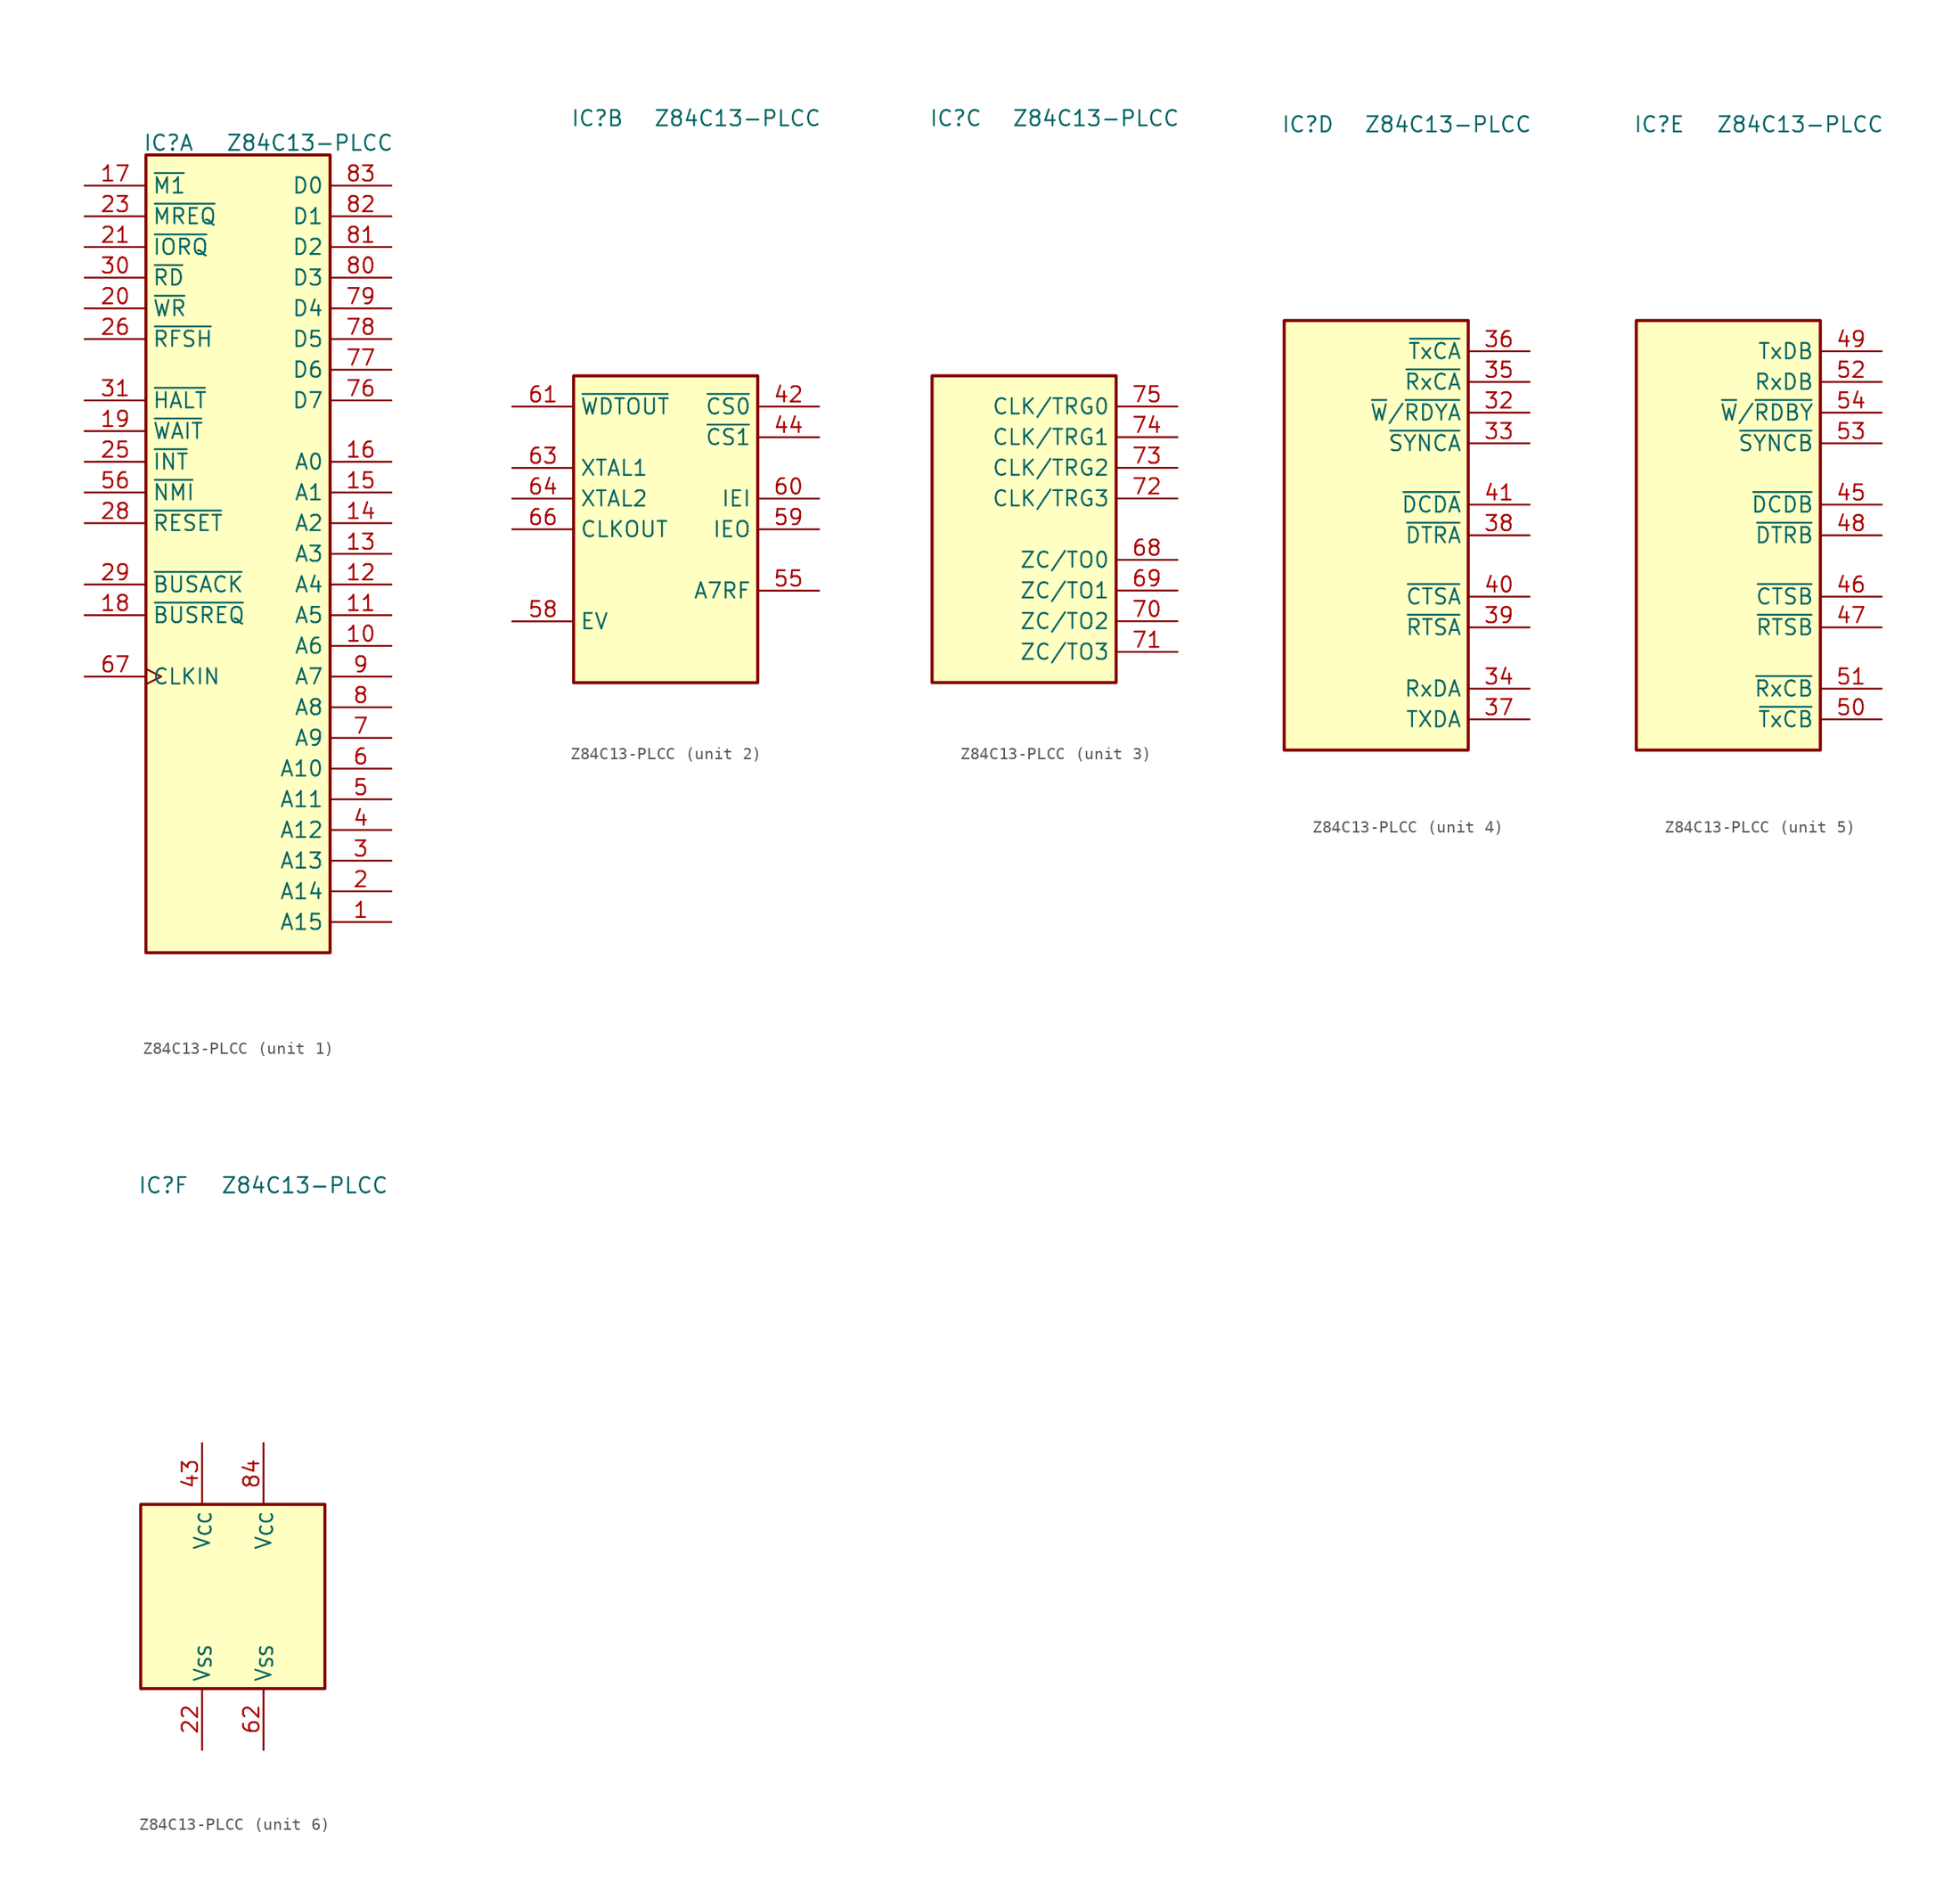
<source format=kicad_sym>
(kicad_symbol_lib
  (version 20220914)
  (generator kicad_symbol_editor)
  (symbol "Z84C13-PLCC"
    (pin_names
      (offset 0.5))
    (property "Reference" "IC"
      (at -7.874 33.274 0)
      (effects (font (size 1.27 1.27)) (justify left bottom)))
    (property "Value" "Z84C13-PLCC"
      (at -1.016 33.274 0)
      (effects (font (size 1.27 1.27)) (justify left bottom)))
    (property "ki_locked" ""
      (at 0 0 0)
      (effects (font (size 1.27 1.27))))
    (symbol "Z84C13-PLCC_1_0"
      (rectangle (start -7.62 33.02) (end 7.62 -33.02) (stroke (width 0.254) (type default)) (fill (type background)))
      (pin output line (at 12.7 -30.48 180) (length 5.08) (name "A15" (effects (font (size 1.27 1.27)))) (number "1" (effects (font (size 1.27 1.27)))))
      (pin output line (at 12.7 0 180) (length 5.08) (name "A3" (effects (font (size 1.27 1.27)))) (number "13" (effects (font (size 1.27 1.27)))))
      (pin output line (at 12.7 2.54 180) (length 5.08) (name "A2" (effects (font (size 1.27 1.27)))) (number "14" (effects (font (size 1.27 1.27)))))
      (pin output line (at 12.7 5.08 180) (length 5.08) (name "A1" (effects (font (size 1.27 1.27)))) (number "15" (effects (font (size 1.27 1.27)))))
      (pin output line (at -12.7 30.48 0) (length 5.08) (name "~{M1}" (effects (font (size 1.27 1.27)))) (number "17" (effects (font (size 1.27 1.27)))))
      (pin output line (at -12.7 10.16 0) (length 5.08) (name "~{WAIT}" (effects (font (size 1.27 1.27)))) (number "19" (effects (font (size 1.27 1.27)))))
      (pin output line (at 12.7 -27.94 180) (length 5.08) (name "A14" (effects (font (size 1.27 1.27)))) (number "2" (effects (font (size 1.27 1.27)))))
      (pin output line (at 12.7 -25.4 180) (length 5.08) (name "A13" (effects (font (size 1.27 1.27)))) (number "3" (effects (font (size 1.27 1.27)))))
      (pin output line (at 12.7 -22.86 180) (length 5.08) (name "A12" (effects (font (size 1.27 1.27)))) (number "4" (effects (font (size 1.27 1.27)))))
      (pin output line (at 12.7 -20.32 180) (length 5.08) (name "A11" (effects (font (size 1.27 1.27)))) (number "5" (effects (font (size 1.27 1.27)))))
      (pin output line (at 12.7 -17.78 180) (length 5.08) (name "A10" (effects (font (size 1.27 1.27)))) (number "6" (effects (font (size 1.27 1.27)))))
      (pin input clock (at -12.7 -10.16 0) (length 5.08) (name "CLKIN" (effects (font (size 1.27 1.27)))) (number "67" (effects (font (size 1.27 1.27)))))
      (pin bidirectional line (at 12.7 22.86 180) (length 5.08) (name "D3" (effects (font (size 1.27 1.27)))) (number "80" (effects (font (size 1.27 1.27)))))
      (pin bidirectional line (at 12.7 25.4 180) (length 5.08) (name "D2" (effects (font (size 1.27 1.27)))) (number "81" (effects (font (size 1.27 1.27)))))
      (pin bidirectional line (at 12.7 27.94 180) (length 5.08) (name "D1" (effects (font (size 1.27 1.27)))) (number "82" (effects (font (size 1.27 1.27))))))
    (symbol "Z84C13-PLCC_1_1"
      (pin output line (at 12.7 -7.62 180) (length 5.08) (name "A6" (effects (font (size 1.27 1.27)))) (number "10" (effects (font (size 1.27 1.27)))))
      (pin output line (at 12.7 -5.08 180) (length 5.08) (name "A5" (effects (font (size 1.27 1.27)))) (number "11" (effects (font (size 1.27 1.27)))))
      (pin output line (at 12.7 -2.54 180) (length 5.08) (name "A4" (effects (font (size 1.27 1.27)))) (number "12" (effects (font (size 1.27 1.27)))))
      (pin output line (at 12.7 7.62 180) (length 5.08) (name "A0" (effects (font (size 1.27 1.27)))) (number "16" (effects (font (size 1.27 1.27)))))
      (pin output line (at -12.7 -5.08 0) (length 5.08) (name "~{BUSREQ}" (effects (font (size 1.27 1.27)))) (number "18" (effects (font (size 1.27 1.27)))))
      (pin output line (at -12.7 20.32 0) (length 5.08) (name "~{WR}" (effects (font (size 1.27 1.27)))) (number "20" (effects (font (size 1.27 1.27)))))
      (pin output line (at -12.7 25.4 0) (length 5.08) (name "~{IORQ}" (effects (font (size 1.27 1.27)))) (number "21" (effects (font (size 1.27 1.27)))))
      (pin output line (at -12.7 27.94 0) (length 5.08) (name "~{MREQ}" (effects (font (size 1.27 1.27)))) (number "23" (effects (font (size 1.27 1.27)))))
      (pin output line (at -12.7 7.62 0) (length 5.08) (name "~{INT}" (effects (font (size 1.27 1.27)))) (number "25" (effects (font (size 1.27 1.27)))))
      (pin output line (at -12.7 17.78 0) (length 5.08) (name "~{RFSH}" (effects (font (size 1.27 1.27)))) (number "26" (effects (font (size 1.27 1.27)))))
      (pin output line (at -12.7 2.54 0) (length 5.08) (name "~{RESET}" (effects (font (size 1.27 1.27)))) (number "28" (effects (font (size 1.27 1.27)))))
      (pin output line (at -12.7 -2.54 0) (length 5.08) (name "~{BUSACK}" (effects (font (size 1.27 1.27)))) (number "29" (effects (font (size 1.27 1.27)))))
      (pin output line (at -12.7 22.86 0) (length 5.08) (name "~{RD}" (effects (font (size 1.27 1.27)))) (number "30" (effects (font (size 1.27 1.27)))))
      (pin output line (at -12.7 12.7 0) (length 5.08) (name "~{HALT}" (effects (font (size 1.27 1.27)))) (number "31" (effects (font (size 1.27 1.27)))))
      (pin bidirectional line (at -12.7 5.08 0) (length 5.08) (name "~{NMI}" (effects (font (size 1.27 1.27)))) (number "56" (effects (font (size 1.27 1.27)))))
      (pin output line (at 12.7 -15.24 180) (length 5.08) (name "A9" (effects (font (size 1.27 1.27)))) (number "7" (effects (font (size 1.27 1.27)))))
      (pin bidirectional line (at 12.7 12.7 180) (length 5.08) (name "D7" (effects (font (size 1.27 1.27)))) (number "76" (effects (font (size 1.27 1.27)))))
      (pin bidirectional line (at 12.7 15.24 180) (length 5.08) (name "D6" (effects (font (size 1.27 1.27)))) (number "77" (effects (font (size 1.27 1.27)))))
      (pin bidirectional line (at 12.7 17.78 180) (length 5.08) (name "D5" (effects (font (size 1.27 1.27)))) (number "78" (effects (font (size 1.27 1.27)))))
      (pin bidirectional line (at 12.7 20.32 180) (length 5.08) (name "D4" (effects (font (size 1.27 1.27)))) (number "79" (effects (font (size 1.27 1.27)))))
      (pin output line (at 12.7 -12.7 180) (length 5.08) (name "A8" (effects (font (size 1.27 1.27)))) (number "8" (effects (font (size 1.27 1.27)))))
      (pin bidirectional line (at 12.7 30.48 180) (length 5.08) (name "D0" (effects (font (size 1.27 1.27)))) (number "83" (effects (font (size 1.27 1.27)))))
      (pin output line (at 12.7 -10.16 180) (length 5.08) (name "A7" (effects (font (size 1.27 1.27)))) (number "9" (effects (font (size 1.27 1.27))))))
    (symbol "Z84C13-PLCC_2_0"
      (rectangle (start -7.62 12.7) (end 7.62 -12.7) (stroke (width 0.254) (type default)) (fill (type background)))
      (pin bidirectional line (at 12.7 10.16 180) (length 5.08) (name "~{CS0}" (effects (font (size 1.27 1.27)))) (number "42" (effects (font (size 1.27 1.27)))))
      (pin input line (at -12.7 5.08 0) (length 5.08) (name "XTAL1" (effects (font (size 1.27 1.27)))) (number "63" (effects (font (size 1.27 1.27)))))
      (pin output line (at -12.7 2.54 0) (length 5.08) (name "XTAL2" (effects (font (size 1.27 1.27)))) (number "64" (effects (font (size 1.27 1.27)))))
      (pin output line (at -12.7 0 0) (length 5.08) (name "CLKOUT" (effects (font (size 1.27 1.27)))) (number "66" (effects (font (size 1.27 1.27))))))
    (symbol "Z84C13-PLCC_2_1"
      (pin bidirectional line (at 12.7 7.62 180) (length 5.08) (name "~{CS1}" (effects (font (size 1.27 1.27)))) (number "44" (effects (font (size 1.27 1.27)))))
      (pin bidirectional line (at 12.7 -5.08 180) (length 5.08) (name "A7RF" (effects (font (size 1.27 1.27)))) (number "55" (effects (font (size 1.27 1.27)))))
      (pin bidirectional line (at -12.7 -7.62 0) (length 5.08) (name "EV" (effects (font (size 1.27 1.27)))) (number "58" (effects (font (size 1.27 1.27)))))
      (pin output line (at 12.7 0 180) (length 5.08) (name "IEO" (effects (font (size 1.27 1.27)))) (number "59" (effects (font (size 1.27 1.27)))))
      (pin input line (at 12.7 2.54 180) (length 5.08) (name "IEI" (effects (font (size 1.27 1.27)))) (number "60" (effects (font (size 1.27 1.27)))))
      (pin output line (at -12.7 10.16 0) (length 5.08) (name "~{WDTOUT}" (effects (font (size 1.27 1.27)))) (number "61" (effects (font (size 1.27 1.27))))))
    (symbol "Z84C13-PLCC_3_0"
      (rectangle (start -7.62 12.7) (end 7.62 -12.7) (stroke (width 0.254) (type default)) (fill (type background)))
      (pin bidirectional line (at 12.7 7.62 180) (length 5.08) (name "CLK/TRG1" (effects (font (size 1.27 1.27)))) (number "74" (effects (font (size 1.27 1.27)))))
      (pin bidirectional line (at 12.7 10.16 180) (length 5.08) (name "CLK/TRG0" (effects (font (size 1.27 1.27)))) (number "75" (effects (font (size 1.27 1.27))))))
    (symbol "Z84C13-PLCC_3_1"
      (pin bidirectional line (at 12.7 -2.54 180) (length 5.08) (name "ZC/TO0" (effects (font (size 1.27 1.27)))) (number "68" (effects (font (size 1.27 1.27)))))
      (pin bidirectional line (at 12.7 -5.08 180) (length 5.08) (name "ZC/TO1" (effects (font (size 1.27 1.27)))) (number "69" (effects (font (size 1.27 1.27)))))
      (pin bidirectional line (at 12.7 -7.62 180) (length 5.08) (name "ZC/TO2" (effects (font (size 1.27 1.27)))) (number "70" (effects (font (size 1.27 1.27)))))
      (pin bidirectional line (at 12.7 -10.16 180) (length 5.08) (name "ZC/TO3" (effects (font (size 1.27 1.27)))) (number "71" (effects (font (size 1.27 1.27)))))
      (pin bidirectional line (at 12.7 2.54 180) (length 5.08) (name "CLK/TRG3" (effects (font (size 1.27 1.27)))) (number "72" (effects (font (size 1.27 1.27)))))
      (pin bidirectional line (at 12.7 5.08 180) (length 5.08) (name "CLK/TRG2" (effects (font (size 1.27 1.27)))) (number "73" (effects (font (size 1.27 1.27))))))
    (symbol "Z84C13-PLCC_4_1"
      (rectangle (start -7.62 17.78) (end 7.62 -17.78) (stroke (width 0.254) (type default)) (fill (type background)))
      (pin output line (at 12.7 10.16 180) (length 5.08) (name "~{W}/~{RDYA}" (effects (font (size 1.27 1.27)))) (number "32" (effects (font (size 1.27 1.27)))))
      (pin input line (at 12.7 7.62 180) (length 5.08) (name "~{SYNCA}" (effects (font (size 1.27 1.27)))) (number "33" (effects (font (size 1.27 1.27)))))
      (pin bidirectional line (at 12.7 -12.7 180) (length 5.08) (name "RxDA" (effects (font (size 1.27 1.27)))) (number "34" (effects (font (size 1.27 1.27)))))
      (pin bidirectional line (at 12.7 12.7 180) (length 5.08) (name "~{RxCA}" (effects (font (size 1.27 1.27)))) (number "35" (effects (font (size 1.27 1.27)))))
      (pin bidirectional line (at 12.7 15.24 180) (length 5.08) (name "~{TxCA}" (effects (font (size 1.27 1.27)))) (number "36" (effects (font (size 1.27 1.27)))))
      (pin bidirectional line (at 12.7 -15.24 180) (length 5.08) (name "TXDA" (effects (font (size 1.27 1.27)))) (number "37" (effects (font (size 1.27 1.27)))))
      (pin bidirectional line (at 12.7 0 180) (length 5.08) (name "~{DTRA}" (effects (font (size 1.27 1.27)))) (number "38" (effects (font (size 1.27 1.27)))))
      (pin bidirectional line (at 12.7 -7.62 180) (length 5.08) (name "~{RTSA}" (effects (font (size 1.27 1.27)))) (number "39" (effects (font (size 1.27 1.27)))))
      (pin bidirectional line (at 12.7 -5.08 180) (length 5.08) (name "~{CTSA}" (effects (font (size 1.27 1.27)))) (number "40" (effects (font (size 1.27 1.27)))))
      (pin bidirectional line (at 12.7 2.54 180) (length 5.08) (name "~{DCDA}" (effects (font (size 1.27 1.27)))) (number "41" (effects (font (size 1.27 1.27))))))
    (symbol "Z84C13-PLCC_5_1"
      (rectangle (start -7.62 17.78) (end 7.62 -17.78) (stroke (width 0.254) (type default)) (fill (type background)))
      (pin bidirectional line (at 12.7 2.54 180) (length 5.08) (name "~{DCDB}" (effects (font (size 1.27 1.27)))) (number "45" (effects (font (size 1.27 1.27)))))
      (pin bidirectional line (at 12.7 -5.08 180) (length 5.08) (name "~{CTSB}" (effects (font (size 1.27 1.27)))) (number "46" (effects (font (size 1.27 1.27)))))
      (pin bidirectional line (at 12.7 -7.62 180) (length 5.08) (name "~{RTSB}" (effects (font (size 1.27 1.27)))) (number "47" (effects (font (size 1.27 1.27)))))
      (pin bidirectional line (at 12.7 0 180) (length 5.08) (name "~{DTRB}" (effects (font (size 1.27 1.27)))) (number "48" (effects (font (size 1.27 1.27)))))
      (pin bidirectional line (at 12.7 15.24 180) (length 5.08) (name "TxDB" (effects (font (size 1.27 1.27)))) (number "49" (effects (font (size 1.27 1.27)))))
      (pin bidirectional line (at 12.7 -15.24 180) (length 5.08) (name "~{TxCB}" (effects (font (size 1.27 1.27)))) (number "50" (effects (font (size 1.27 1.27)))))
      (pin bidirectional line (at 12.7 -12.7 180) (length 5.08) (name "~{RxCB}" (effects (font (size 1.27 1.27)))) (number "51" (effects (font (size 1.27 1.27)))))
      (pin bidirectional line (at 12.7 12.7 180) (length 5.08) (name "RxDB" (effects (font (size 1.27 1.27)))) (number "52" (effects (font (size 1.27 1.27)))))
      (pin bidirectional line (at 12.7 7.62 180) (length 5.08) (name "~{SYNCB}" (effects (font (size 1.27 1.27)))) (number "53" (effects (font (size 1.27 1.27)))))
      (pin bidirectional line (at 12.7 10.16 180) (length 5.08) (name "~{W}/~{RDBY}" (effects (font (size 1.27 1.27)))) (number "54" (effects (font (size 1.27 1.27))))))
    (symbol "Z84C13-PLCC_6_0"
      (rectangle (start -7.62 7.62) (end 7.62 -7.62) (stroke (width 0.254) (type default)) (fill (type background)))
      (pin no_connect line (at -12.7 -2.54 0) (length 5.08) hide (name "NC" (effects (font (size 1.27 1.27)))) (number "65" (effects (font (size 1.27 1.27))))))
    (symbol "Z84C13-PLCC_6_1"
      (pin power_in line (at -2.54 -12.7 90) (length 5.08) (name "V_{SS}" (effects (font (size 1.27 1.27)))) (number "22" (effects (font (size 1.27 1.27)))))
      (pin no_connect line (at -12.7 2.54 0) (length 5.08) hide (name "NC" (effects (font (size 1.27 1.27)))) (number "24" (effects (font (size 1.27 1.27)))))
      (pin no_connect line (at 12.7 2.54 180) (length 5.08) hide (name "NC" (effects (font (size 1.27 1.27)))) (number "27" (effects (font (size 1.27 1.27)))))
      (pin power_in line (at -2.54 12.7 270) (length 5.08) (name "V_{CC}" (effects (font (size 1.27 1.27)))) (number "43" (effects (font (size 1.27 1.27)))))
      (pin no_connect line (at 12.7 -2.54 180) (length 5.08) hide (name "NC" (effects (font (size 1.27 1.27)))) (number "57" (effects (font (size 1.27 1.27)))))
      (pin power_in line (at 2.54 -12.7 90) (length 5.08) (name "V_{SS}" (effects (font (size 1.27 1.27)))) (number "62" (effects (font (size 1.27 1.27)))))
      (pin power_in line (at 2.54 12.7 270) (length 5.08) (name "V_{CC}" (effects (font (size 1.27 1.27)))) (number "84" (effects (font (size 1.27 1.27))))))))
</source>
